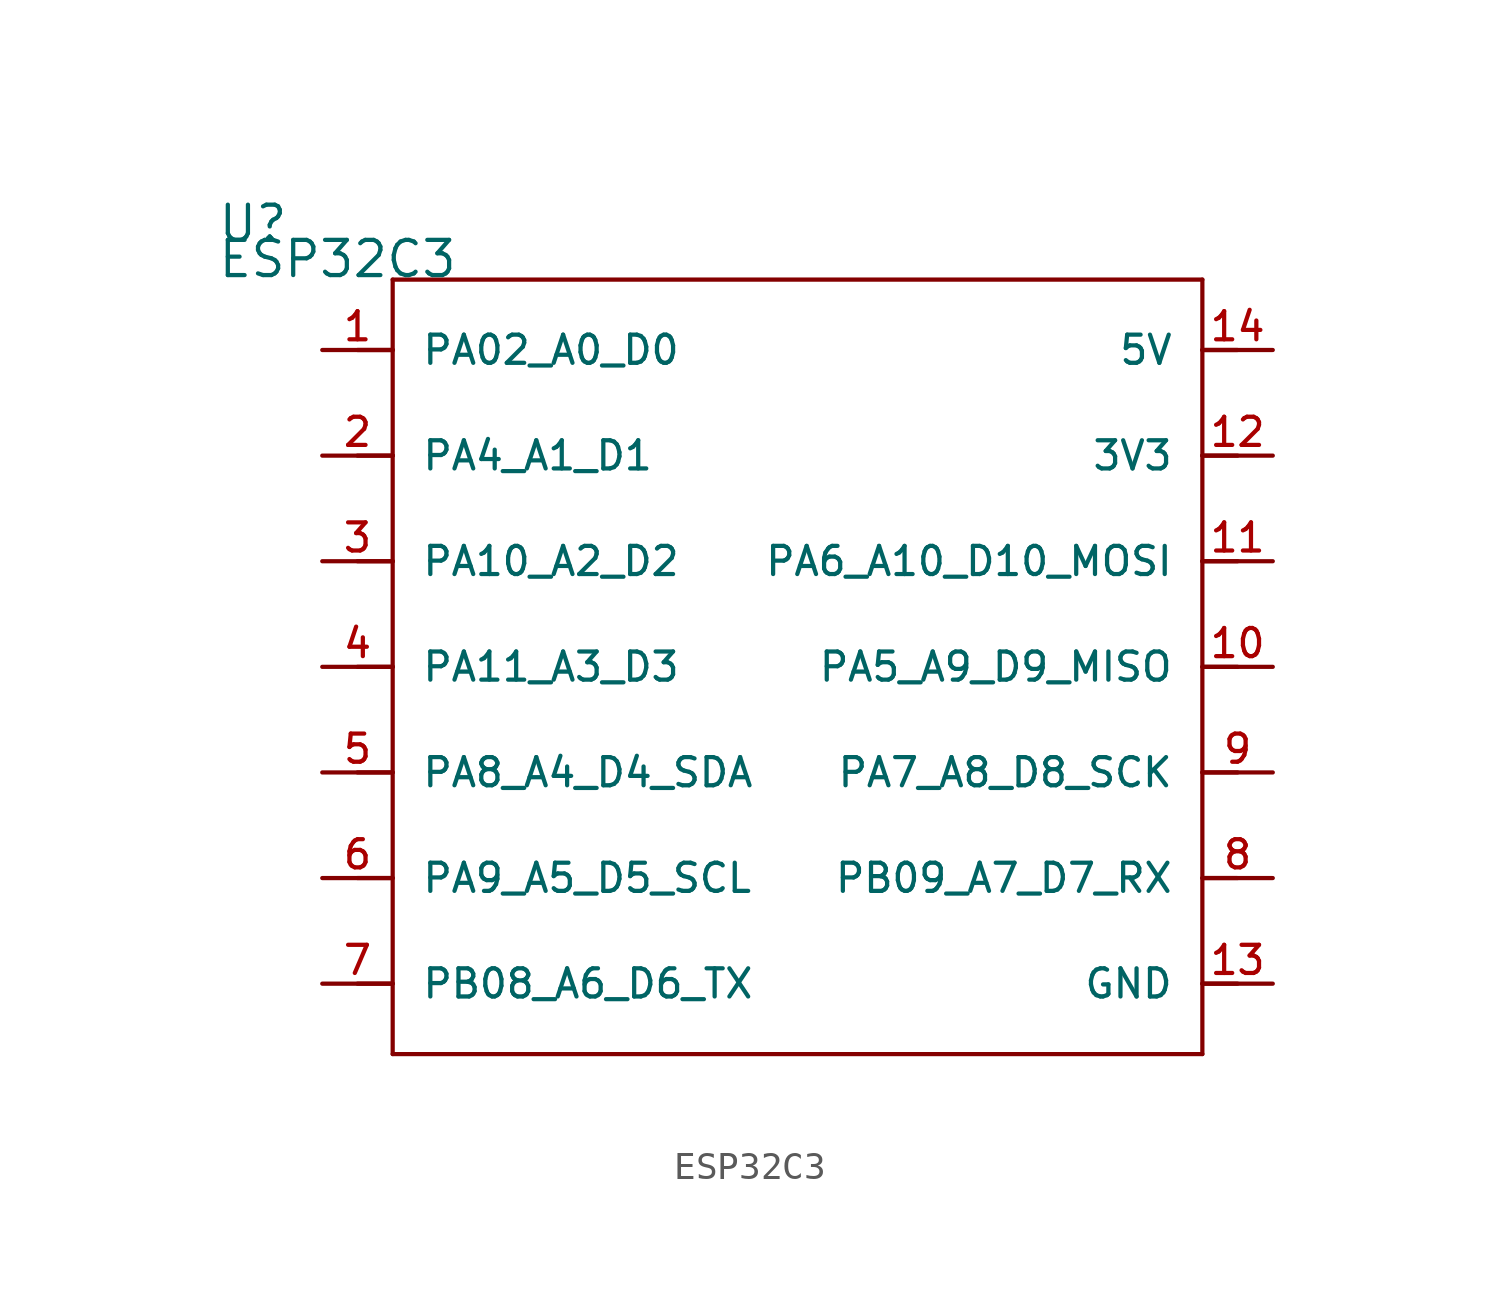
<source format=kicad_sym>
(kicad_symbol_lib
  (version 20241209)
  (generator "kicad_symbol_editor")
  (generator_version "9.0")
  (symbol "ESP32C3"
    (pin_names
      (offset 1.016))
    (property "Reference" "U"
      (at -21.59 15.24 0)
      (effects (font (size 1.27 1.27)) (justify left bottom)))
    (property "Value" "ESP32C3"
      (at -21.59 13.97 0)
      (effects (font (size 1.27 1.27)) (justify left bottom)))
    (symbol "ESP32C3_0_0"
      (polyline (pts (xy -15.24 13.97) (xy 13.97 13.97)) (stroke (width 0.152) (type default)) (fill (type none)))
      (polyline (pts (xy -15.24 11.43) (xy -16.51 11.43)) (stroke (width 0.152) (type default)) (fill (type none)))
      (polyline (pts (xy -15.24 11.43) (xy -15.24 13.97)) (stroke (width 0.152) (type default)) (fill (type none)))
      (polyline (pts (xy -15.24 7.62) (xy -16.51 7.62)) (stroke (width 0.152) (type default)) (fill (type none)))
      (polyline (pts (xy -15.24 7.62) (xy -15.24 11.43)) (stroke (width 0.152) (type default)) (fill (type none)))
      (polyline (pts (xy -15.24 3.81) (xy -16.51 3.81)) (stroke (width 0.152) (type default)) (fill (type none)))
      (polyline (pts (xy -15.24 3.81) (xy -15.24 7.62)) (stroke (width 0.152) (type default)) (fill (type none)))
      (polyline (pts (xy -15.24 0) (xy -16.51 0)) (stroke (width 0.152) (type default)) (fill (type none)))
      (polyline (pts (xy -15.24 0) (xy -15.24 3.81)) (stroke (width 0.152) (type default)) (fill (type none)))
      (polyline (pts (xy -15.24 -3.81) (xy -16.51 -3.81)) (stroke (width 0.152) (type default)) (fill (type none)))
      (polyline (pts (xy -15.24 -7.62) (xy -16.51 -7.62)) (stroke (width 0.152) (type default)) (fill (type none)))
      (polyline (pts (xy -15.24 -11.43) (xy -16.51 -11.43)) (stroke (width 0.152) (type default)) (fill (type none)))
      (polyline (pts (xy -15.24 -13.97) (xy -15.24 0)) (stroke (width 0.152) (type default)) (fill (type none)))
      (polyline (pts (xy 13.97 13.97) (xy 13.97 11.43)) (stroke (width 0.152) (type default)) (fill (type none)))
      (polyline (pts (xy 13.97 11.43) (xy 13.97 7.62)) (stroke (width 0.152) (type default)) (fill (type none)))
      (polyline (pts (xy 13.97 7.62) (xy 13.97 3.81)) (stroke (width 0.152) (type default)) (fill (type none)))
      (polyline (pts (xy 13.97 3.81) (xy 13.97 -13.97)) (stroke (width 0.152) (type default)) (fill (type none)))
      (polyline (pts (xy 13.97 -13.97) (xy -15.24 -13.97)) (stroke (width 0.152) (type default)) (fill (type none)))
      (polyline (pts (xy 15.24 11.43) (xy 13.97 11.43)) (stroke (width 0.152) (type default)) (fill (type none)))
      (polyline (pts (xy 15.24 7.62) (xy 13.97 7.62)) (stroke (width 0.152) (type default)) (fill (type none)))
      (polyline (pts (xy 15.24 3.81) (xy 13.97 3.81)) (stroke (width 0.152) (type default)) (fill (type none)))
      (polyline (pts (xy 15.24 0) (xy 13.97 0)) (stroke (width 0.152) (type default)) (fill (type none)))
      (polyline (pts (xy 15.24 -3.81) (xy 13.97 -3.81)) (stroke (width 0.152) (type default)) (fill (type none)))
      (polyline (pts (xy 15.24 -7.62) (xy 13.97 -7.62)) (stroke (width 0.152) (type default)) (fill (type none)))
      (polyline (pts (xy 15.24 -11.43) (xy 13.97 -11.43)) (stroke (width 0.152) (type default)) (fill (type none)))
      (pin bidirectional line (at -17.78 11.43 0) (length 2.54) (name "PA02_A0_D0" (effects (font (size 1.016 1.016)))) (number "1" (effects (font (size 1.016 1.016)))))
      (pin bidirectional line (at -17.78 7.62 0) (length 2.54) (name "PA4_A1_D1" (effects (font (size 1.016 1.016)))) (number "2" (effects (font (size 1.016 1.016)))))
      (pin bidirectional line (at -17.78 3.81 0) (length 2.54) (name "PA10_A2_D2" (effects (font (size 1.016 1.016)))) (number "3" (effects (font (size 1.016 1.016)))))
      (pin bidirectional line (at -17.78 0 0) (length 2.54) (name "PA11_A3_D3" (effects (font (size 1.016 1.016)))) (number "4" (effects (font (size 1.016 1.016)))))
      (pin bidirectional line (at -17.78 -3.81 0) (length 2.54) (name "PA8_A4_D4_SDA" (effects (font (size 1.016 1.016)))) (number "5" (effects (font (size 1.016 1.016)))))
      (pin bidirectional line (at -17.78 -7.62 0) (length 2.54) (name "PA9_A5_D5_SCL" (effects (font (size 1.016 1.016)))) (number "6" (effects (font (size 1.016 1.016)))))
      (pin bidirectional line (at -17.78 -11.43 0) (length 2.54) (name "PB08_A6_D6_TX" (effects (font (size 1.016 1.016)))) (number "7" (effects (font (size 1.016 1.016)))))
      (pin bidirectional line (at 16.51 11.43 180) (length 2.54) (name "5V" (effects (font (size 1.016 1.016)))) (number "14" (effects (font (size 1.016 1.016)))))
      (pin bidirectional line (at 16.51 3.81 180) (length 2.54) (name "PA6_A10_D10_MOSI" (effects (font (size 1.016 1.016)))) (number "11" (effects (font (size 1.016 1.016)))))
      (pin bidirectional line (at 16.51 0 180) (length 2.54) (name "PA5_A9_D9_MISO" (effects (font (size 1.016 1.016)))) (number "10" (effects (font (size 1.016 1.016)))))
      (pin bidirectional line (at 16.51 -3.81 180) (length 2.54) (name "PA7_A8_D8_SCK" (effects (font (size 1.016 1.016)))) (number "9" (effects (font (size 1.016 1.016)))))
      (pin bidirectional line (at 16.51 -7.62 180) (length 2.54) (name "PB09_A7_D7_RX" (effects (font (size 1.016 1.016)))) (number "8" (effects (font (size 1.016 1.016))))))
    (symbol "ESP32C3_1_0"
      (pin power_out line (at 16.51 7.62 180) (length 2.54) (name "3V3" (effects (font (size 1.016 1.016)))) (number "12" (effects (font (size 1.016 1.016)))))
      (pin power_in line (at 16.51 -11.43 180) (length 2.54) (name "GND" (effects (font (size 1.016 1.016)))) (number "13" (effects (font (size 1.016 1.016))))))))
</source>
